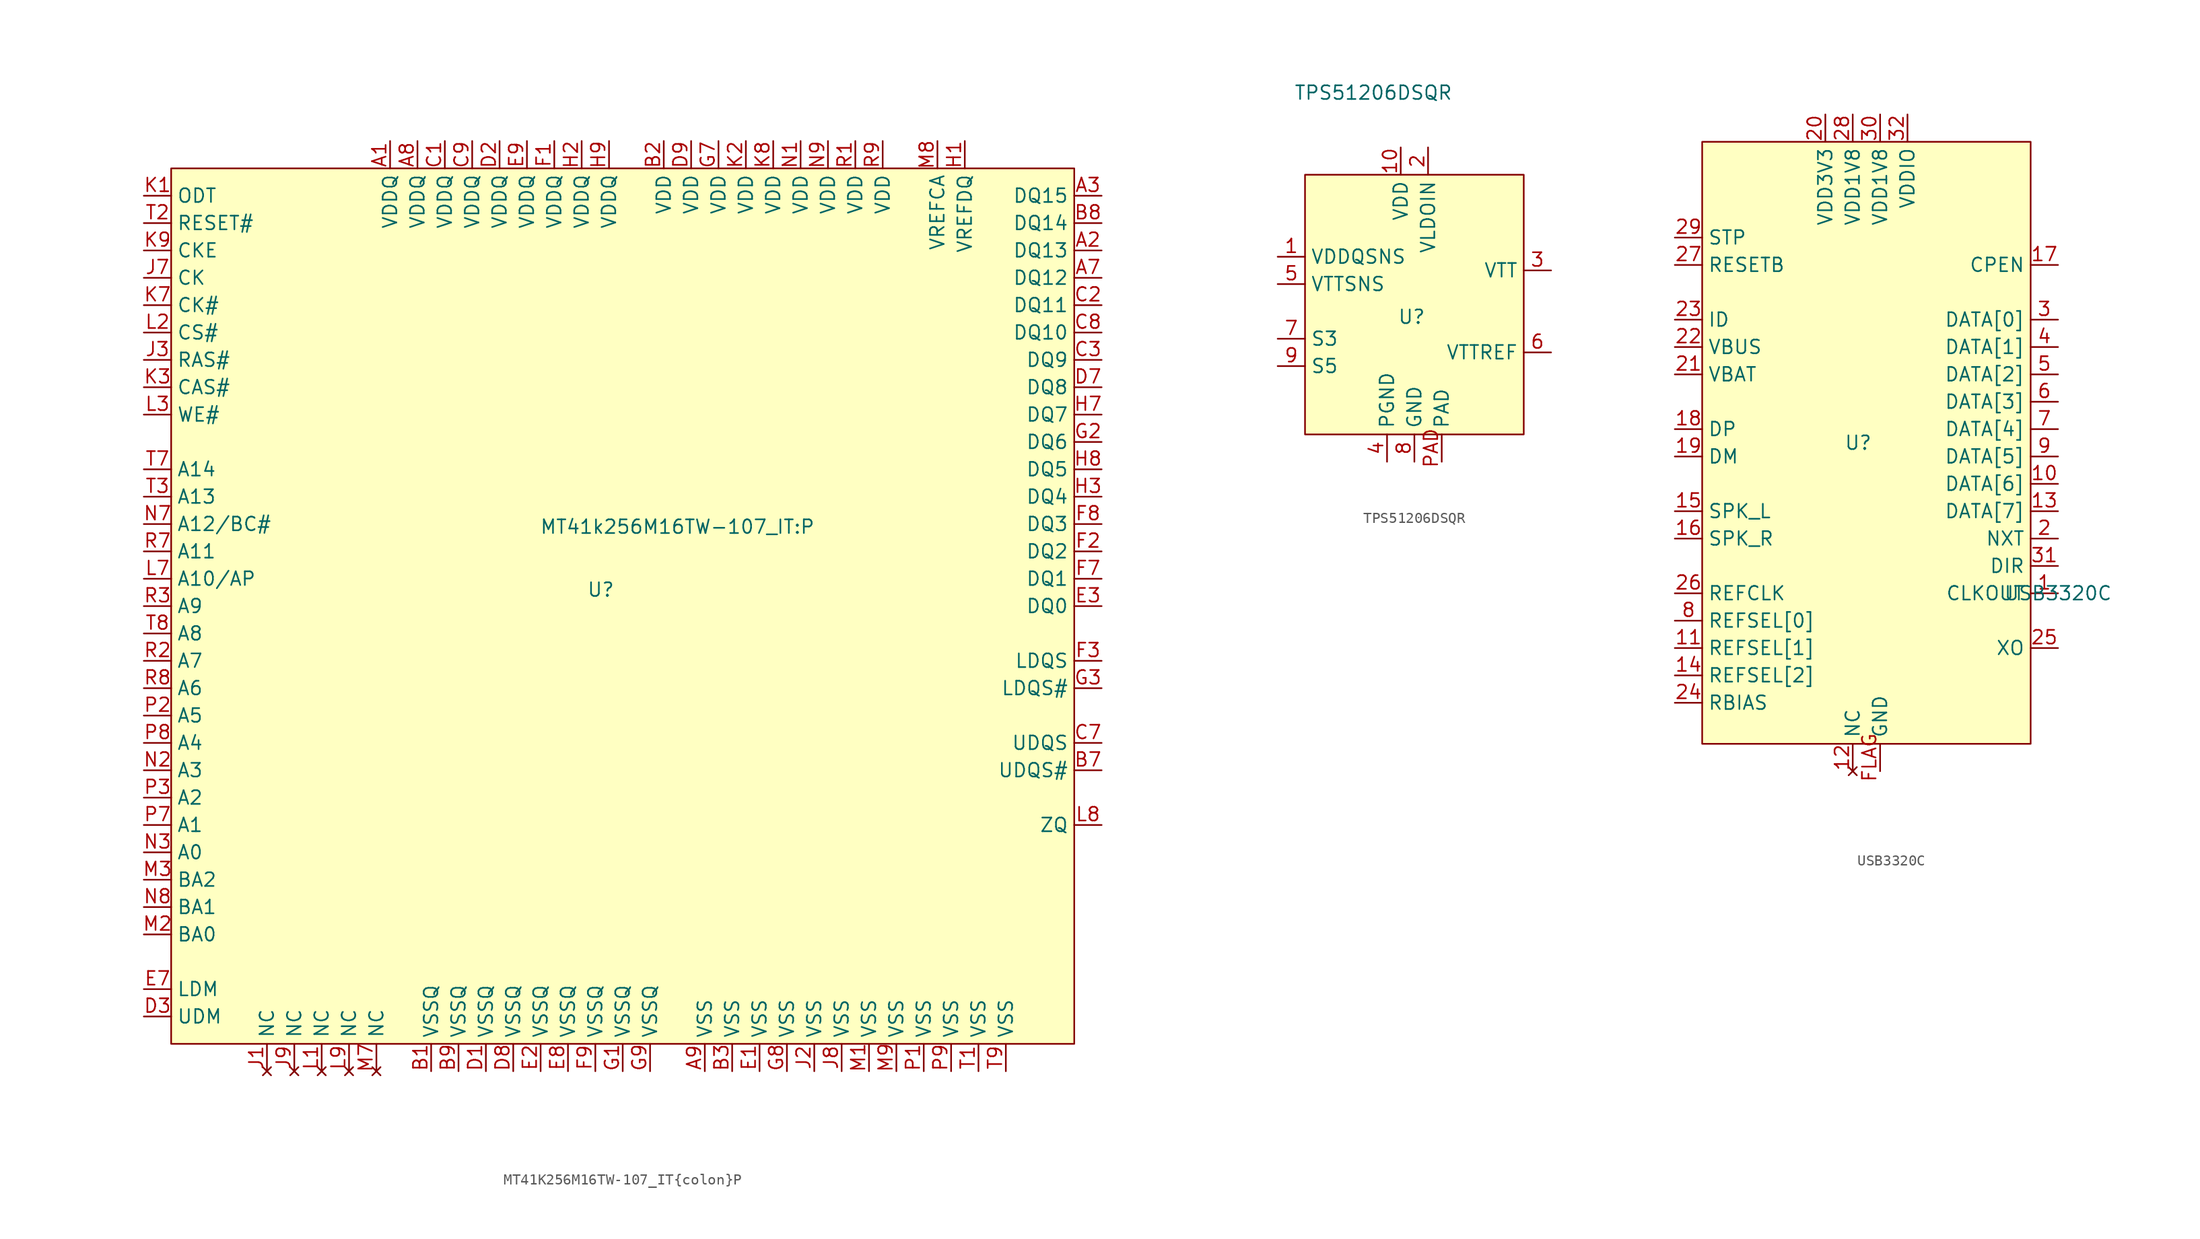
<source format=kicad_sym>
(kicad_symbol_lib
  (version 20231120)
  (generator "kicad_symbol_editor")
  (generator_version "8.0")
  (symbol "MT41K256M16TW-107_IT{colon}P"
    (property "Reference" "U"
      (at 99.568 -41.656 0)
      (effects (font (size 1.27 1.27))))
    (property "Value" "MT41k256M16TW-107_IT:P"
      (at 106.68 -35.814 0)
      (effects (font (size 1.27 1.27))))
    (symbol "MT41K256M16TW-107_IT{colon}P_0_0"
      (pin power_in line (at 80.01 0 270) (length 2.54) (name "VDDQ" (effects (font (size 1.27 1.27)))) (number "A1" (effects (font (size 1.27 1.27)))))
      (pin bidirectional line (at 146.05 -10.16 180) (length 2.54) (name "DQ13" (effects (font (size 1.27 1.27)))) (number "A2" (effects (font (size 1.27 1.27)))))
      (pin bidirectional line (at 146.05 -5.08 180) (length 2.54) (name "DQ15" (effects (font (size 1.27 1.27)))) (number "A3" (effects (font (size 1.27 1.27)))))
      (pin bidirectional line (at 146.05 -12.7 180) (length 2.54) (name "DQ12" (effects (font (size 1.27 1.27)))) (number "A7" (effects (font (size 1.27 1.27)))))
      (pin power_in line (at 82.55 0 270) (length 2.54) (name "VDDQ" (effects (font (size 1.27 1.27)))) (number "A8" (effects (font (size 1.27 1.27)))))
      (pin power_in line (at 109.22 -86.36 90) (length 2.54) (name "VSS" (effects (font (size 1.27 1.27)))) (number "A9" (effects (font (size 1.27 1.27)))))
      (pin power_in line (at 83.82 -86.36 90) (length 2.54) (name "VSSQ" (effects (font (size 1.27 1.27)))) (number "B1" (effects (font (size 1.27 1.27)))))
      (pin power_in line (at 105.41 0 270) (length 2.54) (name "VDD" (effects (font (size 1.27 1.27)))) (number "B2" (effects (font (size 1.27 1.27)))))
      (pin power_in line (at 111.76 -86.36 90) (length 2.54) (name "VSS" (effects (font (size 1.27 1.27)))) (number "B3" (effects (font (size 1.27 1.27)))))
      (pin bidirectional line (at 146.05 -58.42 180) (length 2.54) (name "UDQS#" (effects (font (size 1.27 1.27)))) (number "B7" (effects (font (size 1.27 1.27)))))
      (pin bidirectional line (at 146.05 -7.62 180) (length 2.54) (name "DQ14" (effects (font (size 1.27 1.27)))) (number "B8" (effects (font (size 1.27 1.27)))))
      (pin power_in line (at 86.36 -86.36 90) (length 2.54) (name "VSSQ" (effects (font (size 1.27 1.27)))) (number "B9" (effects (font (size 1.27 1.27)))))
      (pin power_in line (at 85.09 0 270) (length 2.54) (name "VDDQ" (effects (font (size 1.27 1.27)))) (number "C1" (effects (font (size 1.27 1.27)))))
      (pin bidirectional line (at 146.05 -15.24 180) (length 2.54) (name "DQ11" (effects (font (size 1.27 1.27)))) (number "C2" (effects (font (size 1.27 1.27)))))
      (pin bidirectional line (at 146.05 -20.32 180) (length 2.54) (name "DQ9" (effects (font (size 1.27 1.27)))) (number "C3" (effects (font (size 1.27 1.27)))))
      (pin bidirectional line (at 146.05 -55.88 180) (length 2.54) (name "UDQS" (effects (font (size 1.27 1.27)))) (number "C7" (effects (font (size 1.27 1.27)))))
      (pin bidirectional line (at 146.05 -17.78 180) (length 2.54) (name "DQ10" (effects (font (size 1.27 1.27)))) (number "C8" (effects (font (size 1.27 1.27)))))
      (pin power_in line (at 87.63 0 270) (length 2.54) (name "VDDQ" (effects (font (size 1.27 1.27)))) (number "C9" (effects (font (size 1.27 1.27)))))
      (pin power_in line (at 88.9 -86.36 90) (length 2.54) (name "VSSQ" (effects (font (size 1.27 1.27)))) (number "D1" (effects (font (size 1.27 1.27)))))
      (pin power_in line (at 90.17 0 270) (length 2.54) (name "VDDQ" (effects (font (size 1.27 1.27)))) (number "D2" (effects (font (size 1.27 1.27)))))
      (pin input line (at 57.15 -81.28 0) (length 2.54) (name "UDM" (effects (font (size 1.27 1.27)))) (number "D3" (effects (font (size 1.27 1.27)))))
      (pin bidirectional line (at 146.05 -22.86 180) (length 2.54) (name "DQ8" (effects (font (size 1.27 1.27)))) (number "D7" (effects (font (size 1.27 1.27)))))
      (pin power_in line (at 91.44 -86.36 90) (length 2.54) (name "VSSQ" (effects (font (size 1.27 1.27)))) (number "D8" (effects (font (size 1.27 1.27)))))
      (pin power_in line (at 107.95 0 270) (length 2.54) (name "VDD" (effects (font (size 1.27 1.27)))) (number "D9" (effects (font (size 1.27 1.27)))))
      (pin power_in line (at 114.3 -86.36 90) (length 2.54) (name "VSS" (effects (font (size 1.27 1.27)))) (number "E1" (effects (font (size 1.27 1.27)))))
      (pin power_in line (at 93.98 -86.36 90) (length 2.54) (name "VSSQ" (effects (font (size 1.27 1.27)))) (number "E2" (effects (font (size 1.27 1.27)))))
      (pin bidirectional line (at 146.05 -43.18 180) (length 2.54) (name "DQ0" (effects (font (size 1.27 1.27)))) (number "E3" (effects (font (size 1.27 1.27)))))
      (pin input line (at 57.15 -78.74 0) (length 2.54) (name "LDM" (effects (font (size 1.27 1.27)))) (number "E7" (effects (font (size 1.27 1.27)))))
      (pin power_in line (at 96.52 -86.36 90) (length 2.54) (name "VSSQ" (effects (font (size 1.27 1.27)))) (number "E8" (effects (font (size 1.27 1.27)))))
      (pin power_in line (at 92.71 0 270) (length 2.54) (name "VDDQ" (effects (font (size 1.27 1.27)))) (number "E9" (effects (font (size 1.27 1.27)))))
      (pin power_in line (at 95.25 0 270) (length 2.54) (name "VDDQ" (effects (font (size 1.27 1.27)))) (number "F1" (effects (font (size 1.27 1.27)))))
      (pin bidirectional line (at 146.05 -38.1 180) (length 2.54) (name "DQ2" (effects (font (size 1.27 1.27)))) (number "F2" (effects (font (size 1.27 1.27)))))
      (pin bidirectional line (at 146.05 -40.64 180) (length 2.54) (name "DQ1" (effects (font (size 1.27 1.27)))) (number "F7" (effects (font (size 1.27 1.27)))))
      (pin bidirectional line (at 146.05 -35.56 180) (length 2.54) (name "DQ3" (effects (font (size 1.27 1.27)))) (number "F8" (effects (font (size 1.27 1.27)))))
      (pin power_in line (at 99.06 -86.36 90) (length 2.54) (name "VSSQ" (effects (font (size 1.27 1.27)))) (number "F9" (effects (font (size 1.27 1.27)))))
      (pin power_in line (at 101.6 -86.36 90) (length 2.54) (name "VSSQ" (effects (font (size 1.27 1.27)))) (number "G1" (effects (font (size 1.27 1.27)))))
      (pin bidirectional line (at 146.05 -27.94 180) (length 2.54) (name "DQ6" (effects (font (size 1.27 1.27)))) (number "G2" (effects (font (size 1.27 1.27)))))
      (pin bidirectional line (at 146.05 -50.8 180) (length 2.54) (name "LDQS#" (effects (font (size 1.27 1.27)))) (number "G3" (effects (font (size 1.27 1.27)))))
      (pin power_in line (at 110.49 0 270) (length 2.54) (name "VDD" (effects (font (size 1.27 1.27)))) (number "G7" (effects (font (size 1.27 1.27)))))
      (pin power_in line (at 116.84 -86.36 90) (length 2.54) (name "VSS" (effects (font (size 1.27 1.27)))) (number "G8" (effects (font (size 1.27 1.27)))))
      (pin power_in line (at 104.14 -86.36 90) (length 2.54) (name "VSSQ" (effects (font (size 1.27 1.27)))) (number "G9" (effects (font (size 1.27 1.27)))))
      (pin input line (at 133.35 0 270) (length 2.54) (name "VREFDQ" (effects (font (size 1.27 1.27)))) (number "H1" (effects (font (size 1.27 1.27)))))
      (pin power_in line (at 97.79 0 270) (length 2.54) (name "VDDQ" (effects (font (size 1.27 1.27)))) (number "H2" (effects (font (size 1.27 1.27)))))
      (pin bidirectional line (at 146.05 -33.02 180) (length 2.54) (name "DQ4" (effects (font (size 1.27 1.27)))) (number "H3" (effects (font (size 1.27 1.27)))))
      (pin bidirectional line (at 146.05 -25.4 180) (length 2.54) (name "DQ7" (effects (font (size 1.27 1.27)))) (number "H7" (effects (font (size 1.27 1.27)))))
      (pin bidirectional line (at 146.05 -30.48 180) (length 2.54) (name "DQ5" (effects (font (size 1.27 1.27)))) (number "H8" (effects (font (size 1.27 1.27)))))
      (pin power_in line (at 100.33 0 270) (length 2.54) (name "VDDQ" (effects (font (size 1.27 1.27)))) (number "H9" (effects (font (size 1.27 1.27)))))
      (pin no_connect line (at 68.58 -86.36 90) (length 2.54) (name "NC" (effects (font (size 1.27 1.27)))) (number "J1" (effects (font (size 1.27 1.27)))))
      (pin power_in line (at 119.38 -86.36 90) (length 2.54) (name "VSS" (effects (font (size 1.27 1.27)))) (number "J2" (effects (font (size 1.27 1.27)))))
      (pin input line (at 57.15 -20.32 0) (length 2.54) (name "RAS#" (effects (font (size 1.27 1.27)))) (number "J3" (effects (font (size 1.27 1.27)))))
      (pin input line (at 57.15 -12.7 0) (length 2.54) (name "CK" (effects (font (size 1.27 1.27)))) (number "J7" (effects (font (size 1.27 1.27)))))
      (pin power_in line (at 121.92 -86.36 90) (length 2.54) (name "VSS" (effects (font (size 1.27 1.27)))) (number "J8" (effects (font (size 1.27 1.27)))))
      (pin no_connect line (at 71.12 -86.36 90) (length 2.54) (name "NC" (effects (font (size 1.27 1.27)))) (number "J9" (effects (font (size 1.27 1.27)))))
      (pin input line (at 57.15 -5.08 0) (length 2.54) (name "ODT" (effects (font (size 1.27 1.27)))) (number "K1" (effects (font (size 1.27 1.27)))))
      (pin power_in line (at 113.03 0 270) (length 2.54) (name "VDD" (effects (font (size 1.27 1.27)))) (number "K2" (effects (font (size 1.27 1.27)))))
      (pin input line (at 57.15 -22.86 0) (length 2.54) (name "CAS#" (effects (font (size 1.27 1.27)))) (number "K3" (effects (font (size 1.27 1.27)))))
      (pin input line (at 57.15 -15.24 0) (length 2.54) (name "CK#" (effects (font (size 1.27 1.27)))) (number "K7" (effects (font (size 1.27 1.27)))))
      (pin power_in line (at 115.57 0 270) (length 2.54) (name "VDD" (effects (font (size 1.27 1.27)))) (number "K8" (effects (font (size 1.27 1.27)))))
      (pin input line (at 57.15 -10.16 0) (length 2.54) (name "CKE" (effects (font (size 1.27 1.27)))) (number "K9" (effects (font (size 1.27 1.27)))))
      (pin no_connect line (at 73.66 -86.36 90) (length 2.54) (name "NC" (effects (font (size 1.27 1.27)))) (number "L1" (effects (font (size 1.27 1.27)))))
      (pin input line (at 57.15 -17.78 0) (length 2.54) (name "CS#" (effects (font (size 1.27 1.27)))) (number "L2" (effects (font (size 1.27 1.27)))))
      (pin input line (at 57.15 -25.4 0) (length 2.54) (name "WE#" (effects (font (size 1.27 1.27)))) (number "L3" (effects (font (size 1.27 1.27)))))
      (pin input line (at 57.15 -40.64 0) (length 2.54) (name "A10/AP" (effects (font (size 1.27 1.27)))) (number "L7" (effects (font (size 1.27 1.27)))))
      (pin input line (at 146.05 -63.5 180) (length 2.54) (name "ZQ" (effects (font (size 1.27 1.27)))) (number "L8" (effects (font (size 1.27 1.27)))))
      (pin no_connect line (at 76.2 -86.36 90) (length 2.54) (name "NC" (effects (font (size 1.27 1.27)))) (number "L9" (effects (font (size 1.27 1.27)))))
      (pin power_in line (at 124.46 -86.36 90) (length 2.54) (name "VSS" (effects (font (size 1.27 1.27)))) (number "M1" (effects (font (size 1.27 1.27)))))
      (pin input line (at 57.15 -73.66 0) (length 2.54) (name "BA0" (effects (font (size 1.27 1.27)))) (number "M2" (effects (font (size 1.27 1.27)))))
      (pin input line (at 57.15 -68.58 0) (length 2.54) (name "BA2" (effects (font (size 1.27 1.27)))) (number "M3" (effects (font (size 1.27 1.27)))))
      (pin no_connect line (at 78.74 -86.36 90) (length 2.54) (name "NC" (effects (font (size 1.27 1.27)))) (number "M7" (effects (font (size 1.27 1.27)))))
      (pin input line (at 130.81 0 270) (length 2.54) (name "VREFCA" (effects (font (size 1.27 1.27)))) (number "M8" (effects (font (size 1.27 1.27)))))
      (pin power_in line (at 127 -86.36 90) (length 2.54) (name "VSS" (effects (font (size 1.27 1.27)))) (number "M9" (effects (font (size 1.27 1.27)))))
      (pin power_in line (at 118.11 0 270) (length 2.54) (name "VDD" (effects (font (size 1.27 1.27)))) (number "N1" (effects (font (size 1.27 1.27)))))
      (pin input line (at 57.15 -58.42 0) (length 2.54) (name "A3" (effects (font (size 1.27 1.27)))) (number "N2" (effects (font (size 1.27 1.27)))))
      (pin input line (at 57.15 -66.04 0) (length 2.54) (name "A0" (effects (font (size 1.27 1.27)))) (number "N3" (effects (font (size 1.27 1.27)))))
      (pin input line (at 57.15 -35.56 0) (length 2.54) (name "A12/BC#" (effects (font (size 1.27 1.27)))) (number "N7" (effects (font (size 1.27 1.27)))))
      (pin input line (at 57.15 -71.12 0) (length 2.54) (name "BA1" (effects (font (size 1.27 1.27)))) (number "N8" (effects (font (size 1.27 1.27)))))
      (pin power_in line (at 120.65 0 270) (length 2.54) (name "VDD" (effects (font (size 1.27 1.27)))) (number "N9" (effects (font (size 1.27 1.27)))))
      (pin power_in line (at 129.54 -86.36 90) (length 2.54) (name "VSS" (effects (font (size 1.27 1.27)))) (number "P1" (effects (font (size 1.27 1.27)))))
      (pin input line (at 57.15 -53.34 0) (length 2.54) (name "A5" (effects (font (size 1.27 1.27)))) (number "P2" (effects (font (size 1.27 1.27)))))
      (pin input line (at 57.15 -60.96 0) (length 2.54) (name "A2" (effects (font (size 1.27 1.27)))) (number "P3" (effects (font (size 1.27 1.27)))))
      (pin input line (at 57.15 -63.5 0) (length 2.54) (name "A1" (effects (font (size 1.27 1.27)))) (number "P7" (effects (font (size 1.27 1.27)))))
      (pin input line (at 57.15 -55.88 0) (length 2.54) (name "A4" (effects (font (size 1.27 1.27)))) (number "P8" (effects (font (size 1.27 1.27)))))
      (pin power_in line (at 132.08 -86.36 90) (length 2.54) (name "VSS" (effects (font (size 1.27 1.27)))) (number "P9" (effects (font (size 1.27 1.27)))))
      (pin power_in line (at 123.19 0 270) (length 2.54) (name "VDD" (effects (font (size 1.27 1.27)))) (number "R1" (effects (font (size 1.27 1.27)))))
      (pin input line (at 57.15 -48.26 0) (length 2.54) (name "A7" (effects (font (size 1.27 1.27)))) (number "R2" (effects (font (size 1.27 1.27)))))
      (pin input line (at 57.15 -43.18 0) (length 2.54) (name "A9" (effects (font (size 1.27 1.27)))) (number "R3" (effects (font (size 1.27 1.27)))))
      (pin input line (at 57.15 -38.1 0) (length 2.54) (name "A11" (effects (font (size 1.27 1.27)))) (number "R7" (effects (font (size 1.27 1.27)))))
      (pin input line (at 57.15 -50.8 0) (length 2.54) (name "A6" (effects (font (size 1.27 1.27)))) (number "R8" (effects (font (size 1.27 1.27)))))
      (pin power_in line (at 125.73 0 270) (length 2.54) (name "VDD" (effects (font (size 1.27 1.27)))) (number "R9" (effects (font (size 1.27 1.27)))))
      (pin power_in line (at 134.62 -86.36 90) (length 2.54) (name "VSS" (effects (font (size 1.27 1.27)))) (number "T1" (effects (font (size 1.27 1.27)))))
      (pin input line (at 57.15 -33.02 0) (length 2.54) (name "A13" (effects (font (size 1.27 1.27)))) (number "T3" (effects (font (size 1.27 1.27)))))
      (pin input line (at 57.15 -30.48 0) (length 2.54) (name "A14" (effects (font (size 1.27 1.27)))) (number "T7" (effects (font (size 1.27 1.27)))))
      (pin input line (at 57.15 -45.72 0) (length 2.54) (name "A8" (effects (font (size 1.27 1.27)))) (number "T8" (effects (font (size 1.27 1.27)))))
      (pin power_in line (at 137.16 -86.36 90) (length 2.54) (name "VSS" (effects (font (size 1.27 1.27)))) (number "T9" (effects (font (size 1.27 1.27))))))
    (symbol "MT41K256M16TW-107_IT{colon}P_1_0"
      (pin bidirectional line (at 146.05 -48.26 180) (length 2.54) (name "LDQS" (effects (font (size 1.27 1.27)))) (number "F3" (effects (font (size 1.27 1.27)))))
      (pin input line (at 57.15 -7.62 0) (length 2.54) (name "RESET#" (effects (font (size 1.27 1.27)))) (number "T2" (effects (font (size 1.27 1.27))))))
    (symbol "MT41K256M16TW-107_IT{colon}P_1_1"
      (rectangle (start 59.69 -2.54) (end 143.51 -83.82) (stroke (width 0) (type default)) (fill (type background)))))
  (symbol "TPS51206DSQR"
    (property "Reference" "U"
      (at -0.254 -0.508 0)
      (effects (font (size 1.27 1.27))))
    (property "Value" "TPS51206DSQR "
      (at -3.81 20.32 0)
      (effects (font (size 1.27 1.27))))
    (symbol "TPS51206DSQR_0_0"
      (pin power_in line (at -12.7 5.08 0) (length 2.54) (name "VDDQSNS" (effects (font (size 1.27 1.27)))) (number "1" (effects (font (size 1.27 1.27)))))
      (pin power_in line (at -1.27 15.24 270) (length 2.54) (name "VDD" (effects (font (size 1.27 1.27)))) (number "10" (effects (font (size 1.27 1.27)))))
      (pin power_in line (at 1.27 15.24 270) (length 2.54) (name "VLDOIN" (effects (font (size 1.27 1.27)))) (number "2" (effects (font (size 1.27 1.27)))))
      (pin power_out line (at 12.7 3.81 180) (length 2.54) (name "VTT" (effects (font (size 1.27 1.27)))) (number "3" (effects (font (size 1.27 1.27)))))
      (pin power_in line (at -2.54 -13.97 90) (length 2.54) (name "PGND" (effects (font (size 1.27 1.27)))) (number "4" (effects (font (size 1.27 1.27)))))
      (pin input line (at -12.7 2.54 0) (length 2.54) (name "VTTSNS" (effects (font (size 1.27 1.27)))) (number "5" (effects (font (size 1.27 1.27)))))
      (pin input line (at 12.7 -3.81 180) (length 2.54) (name "VTTREF" (effects (font (size 1.27 1.27)))) (number "6" (effects (font (size 1.27 1.27)))))
      (pin input line (at -12.7 -2.54 0) (length 2.54) (name "S3" (effects (font (size 1.27 1.27)))) (number "7" (effects (font (size 1.27 1.27)))))
      (pin power_in line (at 0 -13.97 90) (length 2.54) (name "GND" (effects (font (size 1.27 1.27)))) (number "8" (effects (font (size 1.27 1.27)))))
      (pin input line (at -12.7 -5.08 0) (length 2.54) (name "S5" (effects (font (size 1.27 1.27)))) (number "9" (effects (font (size 1.27 1.27)))))
      (pin power_in line (at 2.54 -13.97 90) (length 2.54) (name "PAD" (effects (font (size 1.27 1.27)))) (number "PAD" (effects (font (size 1.27 1.27))))))
    (symbol "TPS51206DSQR_1_1"
      (rectangle (start -10.16 12.7) (end 10.16 -11.43) (stroke (width 0) (type default)) (fill (type background)))))
  (symbol "USB3320C"
    (property "Reference" "U"
      (at -0.762 0 0)
      (effects (font (size 1.27 1.27))))
    (property "Value" "USB3320C"
      (at 17.78 -13.97 0)
      (effects (font (size 1.27 1.27))))
    (symbol "USB3320C_0_0"
      (pin output line (at 17.78 -13.97 180) (length 2.54) (name "CLKOUT" (effects (font (size 1.27 1.27)))) (number "1" (effects (font (size 1.27 1.27)))))
      (pin bidirectional line (at 17.78 -3.81 180) (length 2.54) (name "DATA[6]" (effects (font (size 1.27 1.27)))) (number "10" (effects (font (size 1.27 1.27)))))
      (pin input line (at -17.78 -19.05 0) (length 2.54) (name "REFSEL[1]" (effects (font (size 1.27 1.27)))) (number "11" (effects (font (size 1.27 1.27)))))
      (pin no_connect line (at -1.27 -30.48 90) (length 2.54) (name "NC" (effects (font (size 1.27 1.27)))) (number "12" (effects (font (size 1.27 1.27)))))
      (pin bidirectional line (at 17.78 -6.35 180) (length 2.54) (name "DATA[7]" (effects (font (size 1.27 1.27)))) (number "13" (effects (font (size 1.27 1.27)))))
      (pin input line (at -17.78 -21.59 0) (length 2.54) (name "REFSEL[2]" (effects (font (size 1.27 1.27)))) (number "14" (effects (font (size 1.27 1.27)))))
      (pin bidirectional line (at -17.78 -6.35 0) (length 2.54) (name "SPK_L" (effects (font (size 1.27 1.27)))) (number "15" (effects (font (size 1.27 1.27)))))
      (pin bidirectional line (at -17.78 -8.89 0) (length 2.54) (name "SPK_R" (effects (font (size 1.27 1.27)))) (number "16" (effects (font (size 1.27 1.27)))))
      (pin output line (at 17.78 16.51 180) (length 2.54) (name "CPEN" (effects (font (size 1.27 1.27)))) (number "17" (effects (font (size 1.27 1.27)))))
      (pin bidirectional line (at -17.78 1.27 0) (length 2.54) (name "DP" (effects (font (size 1.27 1.27)))) (number "18" (effects (font (size 1.27 1.27)))))
      (pin bidirectional line (at -17.78 -1.27 0) (length 2.54) (name "DM" (effects (font (size 1.27 1.27)))) (number "19" (effects (font (size 1.27 1.27)))))
      (pin output line (at 17.78 -8.89 180) (length 2.54) (name "NXT" (effects (font (size 1.27 1.27)))) (number "2" (effects (font (size 1.27 1.27)))))
      (pin power_in line (at -3.81 30.48 270) (length 2.54) (name "VDD3V3" (effects (font (size 1.27 1.27)))) (number "20" (effects (font (size 1.27 1.27)))))
      (pin power_in line (at -17.78 6.35 0) (length 2.54) (name "VBAT" (effects (font (size 1.27 1.27)))) (number "21" (effects (font (size 1.27 1.27)))))
      (pin power_in line (at -17.78 8.89 0) (length 2.54) (name "VBUS" (effects (font (size 1.27 1.27)))) (number "22" (effects (font (size 1.27 1.27)))))
      (pin input line (at -17.78 11.43 0) (length 2.54) (name "ID" (effects (font (size 1.27 1.27)))) (number "23" (effects (font (size 1.27 1.27)))))
      (pin input line (at -17.78 -24.13 0) (length 2.54) (name "RBIAS" (effects (font (size 1.27 1.27)))) (number "24" (effects (font (size 1.27 1.27)))))
      (pin output line (at 17.78 -19.05 180) (length 2.54) (name "XO" (effects (font (size 1.27 1.27)))) (number "25" (effects (font (size 1.27 1.27)))))
      (pin input line (at -17.78 -13.97 0) (length 2.54) (name "REFCLK" (effects (font (size 1.27 1.27)))) (number "26" (effects (font (size 1.27 1.27)))))
      (pin input line (at -17.78 16.51 0) (length 2.54) (name "RESETB" (effects (font (size 1.27 1.27)))) (number "27" (effects (font (size 1.27 1.27)))))
      (pin power_in line (at -1.27 30.48 270) (length 2.54) (name "VDD1V8" (effects (font (size 1.27 1.27)))) (number "28" (effects (font (size 1.27 1.27)))))
      (pin input line (at -17.78 19.05 0) (length 2.54) (name "STP" (effects (font (size 1.27 1.27)))) (number "29" (effects (font (size 1.27 1.27)))))
      (pin bidirectional line (at 17.78 11.43 180) (length 2.54) (name "DATA[0]" (effects (font (size 1.27 1.27)))) (number "3" (effects (font (size 1.27 1.27)))))
      (pin power_in line (at 1.27 30.48 270) (length 2.54) (name "VDD1V8" (effects (font (size 1.27 1.27)))) (number "30" (effects (font (size 1.27 1.27)))))
      (pin output line (at 17.78 -11.43 180) (length 2.54) (name "DIR" (effects (font (size 1.27 1.27)))) (number "31" (effects (font (size 1.27 1.27)))))
      (pin power_in line (at 3.81 30.48 270) (length 2.54) (name "VDDIO" (effects (font (size 1.27 1.27)))) (number "32" (effects (font (size 1.27 1.27)))))
      (pin bidirectional line (at 17.78 8.89 180) (length 2.54) (name "DATA[1]" (effects (font (size 1.27 1.27)))) (number "4" (effects (font (size 1.27 1.27)))))
      (pin bidirectional line (at 17.78 6.35 180) (length 2.54) (name "DATA[2]" (effects (font (size 1.27 1.27)))) (number "5" (effects (font (size 1.27 1.27)))))
      (pin bidirectional line (at 17.78 3.81 180) (length 2.54) (name "DATA[3]" (effects (font (size 1.27 1.27)))) (number "6" (effects (font (size 1.27 1.27)))))
      (pin bidirectional line (at 17.78 1.27 180) (length 2.54) (name "DATA[4]" (effects (font (size 1.27 1.27)))) (number "7" (effects (font (size 1.27 1.27)))))
      (pin input line (at -17.78 -16.51 0) (length 2.54) (name "REFSEL[0]" (effects (font (size 1.27 1.27)))) (number "8" (effects (font (size 1.27 1.27)))))
      (pin bidirectional line (at 17.78 -1.27 180) (length 2.54) (name "DATA[5]" (effects (font (size 1.27 1.27)))) (number "9" (effects (font (size 1.27 1.27)))))
      (pin power_in line (at 1.27 -30.48 90) (length 2.54) (name "GND" (effects (font (size 1.27 1.27)))) (number "FLAG" (effects (font (size 1.27 1.27))))))
    (symbol "USB3320C_1_1"
      (rectangle (start -15.24 27.94) (end 15.24 -27.94) (stroke (width 0) (type default)) (fill (type background))))))
</source>
